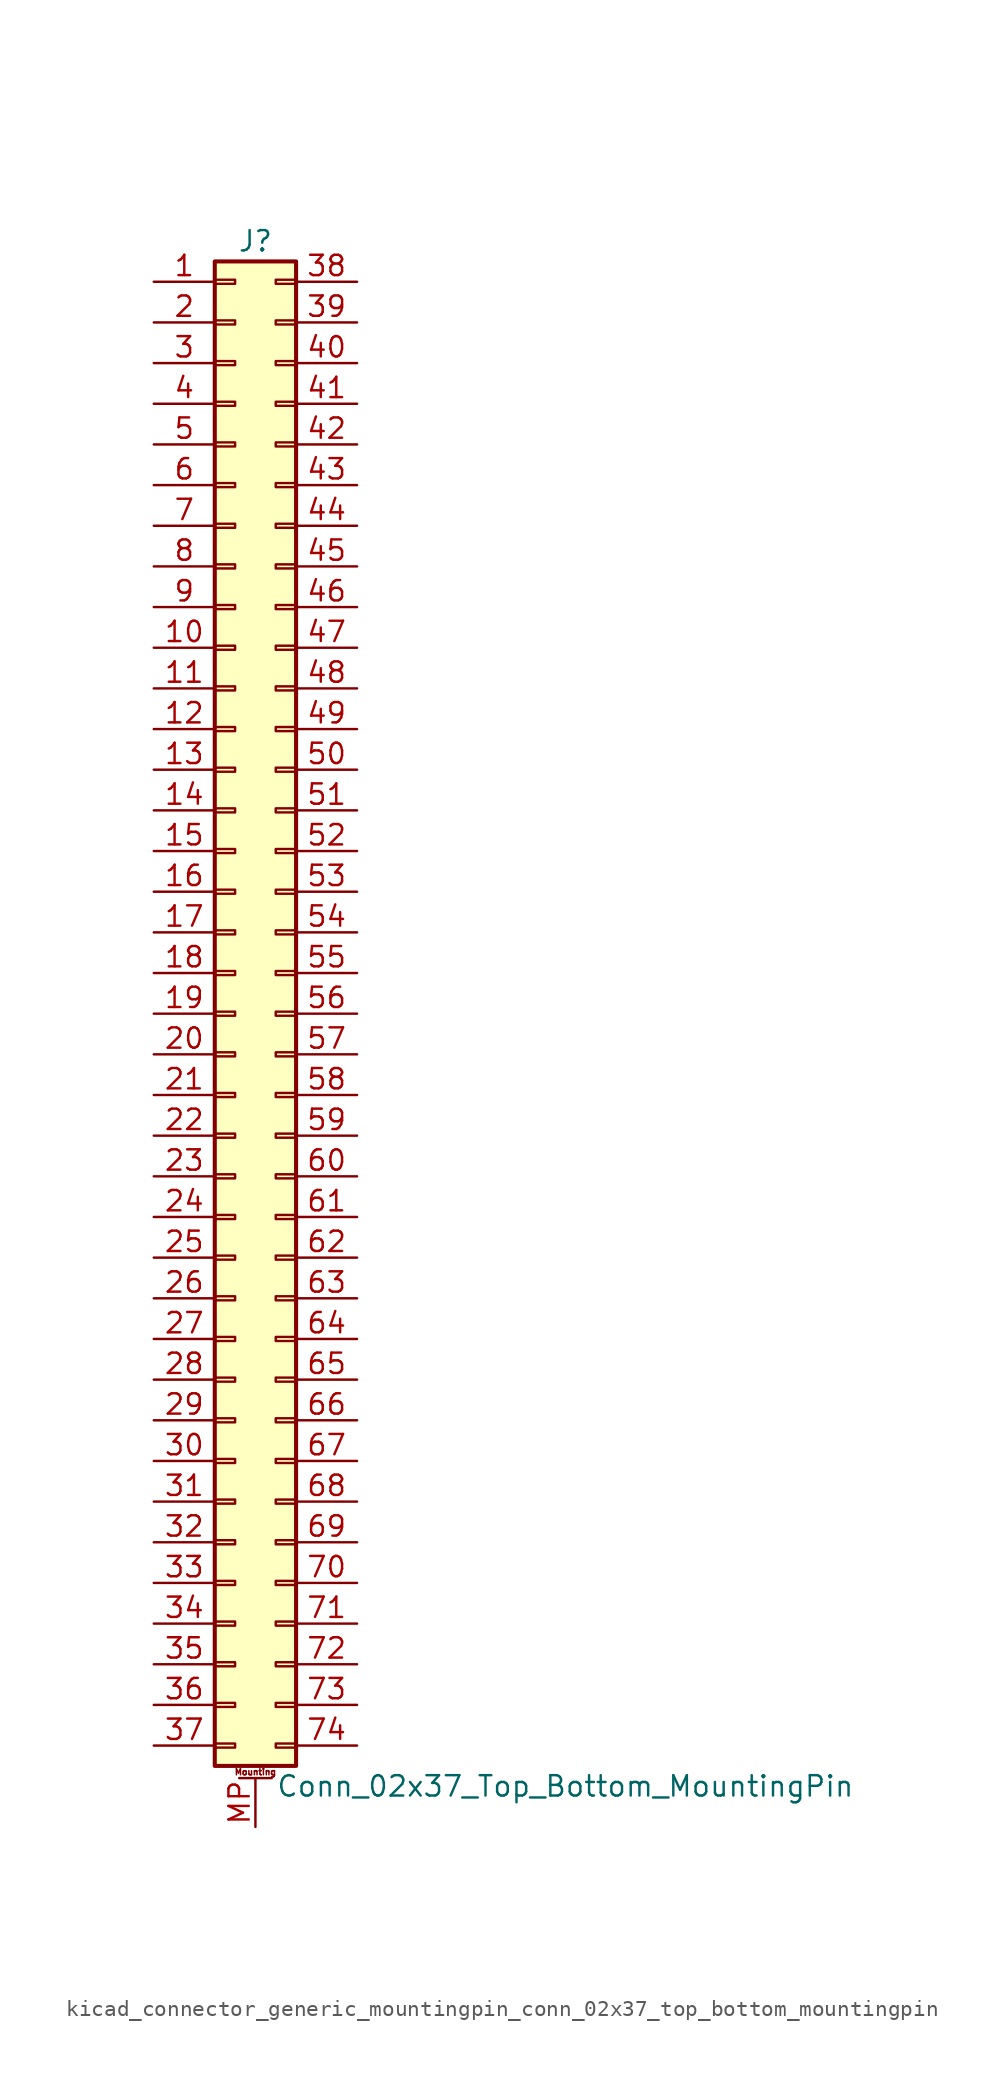
<source format=kicad_sym>
(kicad_symbol_lib
  (version 20220914)
  (generator kicad_symbol_editor)
  (symbol "kicad_connector_generic_mountingpin_conn_02x37_top_bottom_mountingpin"
    (pin_names
      (offset 1.016) hide)
    (property "Reference" "J"
      (at 1.27 48.26 0)
      (effects (font (size 1.27 1.27))))
    (property "Value" "Conn_02x37_Top_Bottom_MountingPin"
      (at 2.54 -48.26 0)
      (effects (font (size 1.27 1.27)) (justify left)))
    (symbol "kicad_connector_generic_mountingpin_conn_02x37_top_bottom_mountingpin_1_1"
      (rectangle (start -1.27 -45.593) (end 0 -45.847) (stroke (width 0.152) (type default)) (fill (type none)))
      (rectangle (start -1.27 -43.053) (end 0 -43.307) (stroke (width 0.152) (type default)) (fill (type none)))
      (rectangle (start -1.27 -40.513) (end 0 -40.767) (stroke (width 0.152) (type default)) (fill (type none)))
      (rectangle (start -1.27 -37.973) (end 0 -38.227) (stroke (width 0.152) (type default)) (fill (type none)))
      (rectangle (start -1.27 -35.433) (end 0 -35.687) (stroke (width 0.152) (type default)) (fill (type none)))
      (rectangle (start -1.27 -32.893) (end 0 -33.147) (stroke (width 0.152) (type default)) (fill (type none)))
      (rectangle (start -1.27 -30.353) (end 0 -30.607) (stroke (width 0.152) (type default)) (fill (type none)))
      (rectangle (start -1.27 -27.813) (end 0 -28.067) (stroke (width 0.152) (type default)) (fill (type none)))
      (rectangle (start -1.27 -25.273) (end 0 -25.527) (stroke (width 0.152) (type default)) (fill (type none)))
      (rectangle (start -1.27 -22.733) (end 0 -22.987) (stroke (width 0.152) (type default)) (fill (type none)))
      (rectangle (start -1.27 -20.193) (end 0 -20.447) (stroke (width 0.152) (type default)) (fill (type none)))
      (rectangle (start -1.27 -17.653) (end 0 -17.907) (stroke (width 0.152) (type default)) (fill (type none)))
      (rectangle (start -1.27 -15.113) (end 0 -15.367) (stroke (width 0.152) (type default)) (fill (type none)))
      (rectangle (start -1.27 -12.573) (end 0 -12.827) (stroke (width 0.152) (type default)) (fill (type none)))
      (rectangle (start -1.27 -10.033) (end 0 -10.287) (stroke (width 0.152) (type default)) (fill (type none)))
      (rectangle (start -1.27 -7.493) (end 0 -7.747) (stroke (width 0.152) (type default)) (fill (type none)))
      (rectangle (start -1.27 -4.953) (end 0 -5.207) (stroke (width 0.152) (type default)) (fill (type none)))
      (rectangle (start -1.27 -2.413) (end 0 -2.667) (stroke (width 0.152) (type default)) (fill (type none)))
      (rectangle (start -1.27 0.127) (end 0 -0.127) (stroke (width 0.152) (type default)) (fill (type none)))
      (rectangle (start -1.27 2.667) (end 0 2.413) (stroke (width 0.152) (type default)) (fill (type none)))
      (rectangle (start -1.27 5.207) (end 0 4.953) (stroke (width 0.152) (type default)) (fill (type none)))
      (rectangle (start -1.27 7.747) (end 0 7.493) (stroke (width 0.152) (type default)) (fill (type none)))
      (rectangle (start -1.27 10.287) (end 0 10.033) (stroke (width 0.152) (type default)) (fill (type none)))
      (rectangle (start -1.27 12.827) (end 0 12.573) (stroke (width 0.152) (type default)) (fill (type none)))
      (rectangle (start -1.27 15.367) (end 0 15.113) (stroke (width 0.152) (type default)) (fill (type none)))
      (rectangle (start -1.27 17.907) (end 0 17.653) (stroke (width 0.152) (type default)) (fill (type none)))
      (rectangle (start -1.27 20.447) (end 0 20.193) (stroke (width 0.152) (type default)) (fill (type none)))
      (rectangle (start -1.27 22.987) (end 0 22.733) (stroke (width 0.152) (type default)) (fill (type none)))
      (rectangle (start -1.27 25.527) (end 0 25.273) (stroke (width 0.152) (type default)) (fill (type none)))
      (rectangle (start -1.27 28.067) (end 0 27.813) (stroke (width 0.152) (type default)) (fill (type none)))
      (rectangle (start -1.27 30.607) (end 0 30.353) (stroke (width 0.152) (type default)) (fill (type none)))
      (rectangle (start -1.27 33.147) (end 0 32.893) (stroke (width 0.152) (type default)) (fill (type none)))
      (rectangle (start -1.27 35.687) (end 0 35.433) (stroke (width 0.152) (type default)) (fill (type none)))
      (rectangle (start -1.27 38.227) (end 0 37.973) (stroke (width 0.152) (type default)) (fill (type none)))
      (rectangle (start -1.27 40.767) (end 0 40.513) (stroke (width 0.152) (type default)) (fill (type none)))
      (rectangle (start -1.27 43.307) (end 0 43.053) (stroke (width 0.152) (type default)) (fill (type none)))
      (rectangle (start -1.27 45.847) (end 0 45.593) (stroke (width 0.152) (type default)) (fill (type none)))
      (rectangle (start -1.27 46.99) (end 3.81 -46.99) (stroke (width 0.254) (type default)) (fill (type background)))
      (polyline (pts (xy 0.254 -47.752) (xy 2.286 -47.752)) (stroke (width 0.152) (type default)) (fill (type none)))
      (rectangle (start 3.81 -45.593) (end 2.54 -45.847) (stroke (width 0.152) (type default)) (fill (type none)))
      (rectangle (start 3.81 -43.053) (end 2.54 -43.307) (stroke (width 0.152) (type default)) (fill (type none)))
      (rectangle (start 3.81 -40.513) (end 2.54 -40.767) (stroke (width 0.152) (type default)) (fill (type none)))
      (rectangle (start 3.81 -37.973) (end 2.54 -38.227) (stroke (width 0.152) (type default)) (fill (type none)))
      (rectangle (start 3.81 -35.433) (end 2.54 -35.687) (stroke (width 0.152) (type default)) (fill (type none)))
      (rectangle (start 3.81 -32.893) (end 2.54 -33.147) (stroke (width 0.152) (type default)) (fill (type none)))
      (rectangle (start 3.81 -30.353) (end 2.54 -30.607) (stroke (width 0.152) (type default)) (fill (type none)))
      (rectangle (start 3.81 -27.813) (end 2.54 -28.067) (stroke (width 0.152) (type default)) (fill (type none)))
      (rectangle (start 3.81 -25.273) (end 2.54 -25.527) (stroke (width 0.152) (type default)) (fill (type none)))
      (rectangle (start 3.81 -22.733) (end 2.54 -22.987) (stroke (width 0.152) (type default)) (fill (type none)))
      (rectangle (start 3.81 -20.193) (end 2.54 -20.447) (stroke (width 0.152) (type default)) (fill (type none)))
      (rectangle (start 3.81 -17.653) (end 2.54 -17.907) (stroke (width 0.152) (type default)) (fill (type none)))
      (rectangle (start 3.81 -15.113) (end 2.54 -15.367) (stroke (width 0.152) (type default)) (fill (type none)))
      (rectangle (start 3.81 -12.573) (end 2.54 -12.827) (stroke (width 0.152) (type default)) (fill (type none)))
      (rectangle (start 3.81 -10.033) (end 2.54 -10.287) (stroke (width 0.152) (type default)) (fill (type none)))
      (rectangle (start 3.81 -7.493) (end 2.54 -7.747) (stroke (width 0.152) (type default)) (fill (type none)))
      (rectangle (start 3.81 -4.953) (end 2.54 -5.207) (stroke (width 0.152) (type default)) (fill (type none)))
      (rectangle (start 3.81 -2.413) (end 2.54 -2.667) (stroke (width 0.152) (type default)) (fill (type none)))
      (rectangle (start 3.81 0.127) (end 2.54 -0.127) (stroke (width 0.152) (type default)) (fill (type none)))
      (rectangle (start 3.81 2.667) (end 2.54 2.413) (stroke (width 0.152) (type default)) (fill (type none)))
      (rectangle (start 3.81 5.207) (end 2.54 4.953) (stroke (width 0.152) (type default)) (fill (type none)))
      (rectangle (start 3.81 7.747) (end 2.54 7.493) (stroke (width 0.152) (type default)) (fill (type none)))
      (rectangle (start 3.81 10.287) (end 2.54 10.033) (stroke (width 0.152) (type default)) (fill (type none)))
      (rectangle (start 3.81 12.827) (end 2.54 12.573) (stroke (width 0.152) (type default)) (fill (type none)))
      (rectangle (start 3.81 15.367) (end 2.54 15.113) (stroke (width 0.152) (type default)) (fill (type none)))
      (rectangle (start 3.81 17.907) (end 2.54 17.653) (stroke (width 0.152) (type default)) (fill (type none)))
      (rectangle (start 3.81 20.447) (end 2.54 20.193) (stroke (width 0.152) (type default)) (fill (type none)))
      (rectangle (start 3.81 22.987) (end 2.54 22.733) (stroke (width 0.152) (type default)) (fill (type none)))
      (rectangle (start 3.81 25.527) (end 2.54 25.273) (stroke (width 0.152) (type default)) (fill (type none)))
      (rectangle (start 3.81 28.067) (end 2.54 27.813) (stroke (width 0.152) (type default)) (fill (type none)))
      (rectangle (start 3.81 30.607) (end 2.54 30.353) (stroke (width 0.152) (type default)) (fill (type none)))
      (rectangle (start 3.81 33.147) (end 2.54 32.893) (stroke (width 0.152) (type default)) (fill (type none)))
      (rectangle (start 3.81 35.687) (end 2.54 35.433) (stroke (width 0.152) (type default)) (fill (type none)))
      (rectangle (start 3.81 38.227) (end 2.54 37.973) (stroke (width 0.152) (type default)) (fill (type none)))
      (rectangle (start 3.81 40.767) (end 2.54 40.513) (stroke (width 0.152) (type default)) (fill (type none)))
      (rectangle (start 3.81 43.307) (end 2.54 43.053) (stroke (width 0.152) (type default)) (fill (type none)))
      (rectangle (start 3.81 45.847) (end 2.54 45.593) (stroke (width 0.152) (type default)) (fill (type none)))
      (text "Mounting" (at 1.27 -47.371 0) (effects (font (size 0.381 0.381))))
      (pin passive line (at -5.08 45.72 0) (length 3.81) (name "Pin_1" (effects (font (size 1.27 1.27)))) (number "1" (effects (font (size 1.27 1.27)))))
      (pin passive line (at -5.08 22.86 0) (length 3.81) (name "Pin_10" (effects (font (size 1.27 1.27)))) (number "10" (effects (font (size 1.27 1.27)))))
      (pin passive line (at -5.08 20.32 0) (length 3.81) (name "Pin_11" (effects (font (size 1.27 1.27)))) (number "11" (effects (font (size 1.27 1.27)))))
      (pin passive line (at -5.08 17.78 0) (length 3.81) (name "Pin_12" (effects (font (size 1.27 1.27)))) (number "12" (effects (font (size 1.27 1.27)))))
      (pin passive line (at -5.08 15.24 0) (length 3.81) (name "Pin_13" (effects (font (size 1.27 1.27)))) (number "13" (effects (font (size 1.27 1.27)))))
      (pin passive line (at -5.08 12.7 0) (length 3.81) (name "Pin_14" (effects (font (size 1.27 1.27)))) (number "14" (effects (font (size 1.27 1.27)))))
      (pin passive line (at -5.08 10.16 0) (length 3.81) (name "Pin_15" (effects (font (size 1.27 1.27)))) (number "15" (effects (font (size 1.27 1.27)))))
      (pin passive line (at -5.08 7.62 0) (length 3.81) (name "Pin_16" (effects (font (size 1.27 1.27)))) (number "16" (effects (font (size 1.27 1.27)))))
      (pin passive line (at -5.08 5.08 0) (length 3.81) (name "Pin_17" (effects (font (size 1.27 1.27)))) (number "17" (effects (font (size 1.27 1.27)))))
      (pin passive line (at -5.08 2.54 0) (length 3.81) (name "Pin_18" (effects (font (size 1.27 1.27)))) (number "18" (effects (font (size 1.27 1.27)))))
      (pin passive line (at -5.08 0 0) (length 3.81) (name "Pin_19" (effects (font (size 1.27 1.27)))) (number "19" (effects (font (size 1.27 1.27)))))
      (pin passive line (at -5.08 43.18 0) (length 3.81) (name "Pin_2" (effects (font (size 1.27 1.27)))) (number "2" (effects (font (size 1.27 1.27)))))
      (pin passive line (at -5.08 -2.54 0) (length 3.81) (name "Pin_20" (effects (font (size 1.27 1.27)))) (number "20" (effects (font (size 1.27 1.27)))))
      (pin passive line (at -5.08 -5.08 0) (length 3.81) (name "Pin_21" (effects (font (size 1.27 1.27)))) (number "21" (effects (font (size 1.27 1.27)))))
      (pin passive line (at -5.08 -7.62 0) (length 3.81) (name "Pin_22" (effects (font (size 1.27 1.27)))) (number "22" (effects (font (size 1.27 1.27)))))
      (pin passive line (at -5.08 -10.16 0) (length 3.81) (name "Pin_23" (effects (font (size 1.27 1.27)))) (number "23" (effects (font (size 1.27 1.27)))))
      (pin passive line (at -5.08 -12.7 0) (length 3.81) (name "Pin_24" (effects (font (size 1.27 1.27)))) (number "24" (effects (font (size 1.27 1.27)))))
      (pin passive line (at -5.08 -15.24 0) (length 3.81) (name "Pin_25" (effects (font (size 1.27 1.27)))) (number "25" (effects (font (size 1.27 1.27)))))
      (pin passive line (at -5.08 -17.78 0) (length 3.81) (name "Pin_26" (effects (font (size 1.27 1.27)))) (number "26" (effects (font (size 1.27 1.27)))))
      (pin passive line (at -5.08 -20.32 0) (length 3.81) (name "Pin_27" (effects (font (size 1.27 1.27)))) (number "27" (effects (font (size 1.27 1.27)))))
      (pin passive line (at -5.08 -22.86 0) (length 3.81) (name "Pin_28" (effects (font (size 1.27 1.27)))) (number "28" (effects (font (size 1.27 1.27)))))
      (pin passive line (at -5.08 -25.4 0) (length 3.81) (name "Pin_29" (effects (font (size 1.27 1.27)))) (number "29" (effects (font (size 1.27 1.27)))))
      (pin passive line (at -5.08 40.64 0) (length 3.81) (name "Pin_3" (effects (font (size 1.27 1.27)))) (number "3" (effects (font (size 1.27 1.27)))))
      (pin passive line (at -5.08 -27.94 0) (length 3.81) (name "Pin_30" (effects (font (size 1.27 1.27)))) (number "30" (effects (font (size 1.27 1.27)))))
      (pin passive line (at -5.08 -30.48 0) (length 3.81) (name "Pin_31" (effects (font (size 1.27 1.27)))) (number "31" (effects (font (size 1.27 1.27)))))
      (pin passive line (at -5.08 -33.02 0) (length 3.81) (name "Pin_32" (effects (font (size 1.27 1.27)))) (number "32" (effects (font (size 1.27 1.27)))))
      (pin passive line (at -5.08 -35.56 0) (length 3.81) (name "Pin_33" (effects (font (size 1.27 1.27)))) (number "33" (effects (font (size 1.27 1.27)))))
      (pin passive line (at -5.08 -38.1 0) (length 3.81) (name "Pin_34" (effects (font (size 1.27 1.27)))) (number "34" (effects (font (size 1.27 1.27)))))
      (pin passive line (at -5.08 -40.64 0) (length 3.81) (name "Pin_35" (effects (font (size 1.27 1.27)))) (number "35" (effects (font (size 1.27 1.27)))))
      (pin passive line (at -5.08 -43.18 0) (length 3.81) (name "Pin_36" (effects (font (size 1.27 1.27)))) (number "36" (effects (font (size 1.27 1.27)))))
      (pin passive line (at -5.08 -45.72 0) (length 3.81) (name "Pin_37" (effects (font (size 1.27 1.27)))) (number "37" (effects (font (size 1.27 1.27)))))
      (pin passive line (at 7.62 45.72 180) (length 3.81) (name "Pin_38" (effects (font (size 1.27 1.27)))) (number "38" (effects (font (size 1.27 1.27)))))
      (pin passive line (at 7.62 43.18 180) (length 3.81) (name "Pin_39" (effects (font (size 1.27 1.27)))) (number "39" (effects (font (size 1.27 1.27)))))
      (pin passive line (at -5.08 38.1 0) (length 3.81) (name "Pin_4" (effects (font (size 1.27 1.27)))) (number "4" (effects (font (size 1.27 1.27)))))
      (pin passive line (at 7.62 40.64 180) (length 3.81) (name "Pin_40" (effects (font (size 1.27 1.27)))) (number "40" (effects (font (size 1.27 1.27)))))
      (pin passive line (at 7.62 38.1 180) (length 3.81) (name "Pin_41" (effects (font (size 1.27 1.27)))) (number "41" (effects (font (size 1.27 1.27)))))
      (pin passive line (at 7.62 35.56 180) (length 3.81) (name "Pin_42" (effects (font (size 1.27 1.27)))) (number "42" (effects (font (size 1.27 1.27)))))
      (pin passive line (at 7.62 33.02 180) (length 3.81) (name "Pin_43" (effects (font (size 1.27 1.27)))) (number "43" (effects (font (size 1.27 1.27)))))
      (pin passive line (at 7.62 30.48 180) (length 3.81) (name "Pin_44" (effects (font (size 1.27 1.27)))) (number "44" (effects (font (size 1.27 1.27)))))
      (pin passive line (at 7.62 27.94 180) (length 3.81) (name "Pin_45" (effects (font (size 1.27 1.27)))) (number "45" (effects (font (size 1.27 1.27)))))
      (pin passive line (at 7.62 25.4 180) (length 3.81) (name "Pin_46" (effects (font (size 1.27 1.27)))) (number "46" (effects (font (size 1.27 1.27)))))
      (pin passive line (at 7.62 22.86 180) (length 3.81) (name "Pin_47" (effects (font (size 1.27 1.27)))) (number "47" (effects (font (size 1.27 1.27)))))
      (pin passive line (at 7.62 20.32 180) (length 3.81) (name "Pin_48" (effects (font (size 1.27 1.27)))) (number "48" (effects (font (size 1.27 1.27)))))
      (pin passive line (at 7.62 17.78 180) (length 3.81) (name "Pin_49" (effects (font (size 1.27 1.27)))) (number "49" (effects (font (size 1.27 1.27)))))
      (pin passive line (at -5.08 35.56 0) (length 3.81) (name "Pin_5" (effects (font (size 1.27 1.27)))) (number "5" (effects (font (size 1.27 1.27)))))
      (pin passive line (at 7.62 15.24 180) (length 3.81) (name "Pin_50" (effects (font (size 1.27 1.27)))) (number "50" (effects (font (size 1.27 1.27)))))
      (pin passive line (at 7.62 12.7 180) (length 3.81) (name "Pin_51" (effects (font (size 1.27 1.27)))) (number "51" (effects (font (size 1.27 1.27)))))
      (pin passive line (at 7.62 10.16 180) (length 3.81) (name "Pin_52" (effects (font (size 1.27 1.27)))) (number "52" (effects (font (size 1.27 1.27)))))
      (pin passive line (at 7.62 7.62 180) (length 3.81) (name "Pin_53" (effects (font (size 1.27 1.27)))) (number "53" (effects (font (size 1.27 1.27)))))
      (pin passive line (at 7.62 5.08 180) (length 3.81) (name "Pin_54" (effects (font (size 1.27 1.27)))) (number "54" (effects (font (size 1.27 1.27)))))
      (pin passive line (at 7.62 2.54 180) (length 3.81) (name "Pin_55" (effects (font (size 1.27 1.27)))) (number "55" (effects (font (size 1.27 1.27)))))
      (pin passive line (at 7.62 0 180) (length 3.81) (name "Pin_56" (effects (font (size 1.27 1.27)))) (number "56" (effects (font (size 1.27 1.27)))))
      (pin passive line (at 7.62 -2.54 180) (length 3.81) (name "Pin_57" (effects (font (size 1.27 1.27)))) (number "57" (effects (font (size 1.27 1.27)))))
      (pin passive line (at 7.62 -5.08 180) (length 3.81) (name "Pin_58" (effects (font (size 1.27 1.27)))) (number "58" (effects (font (size 1.27 1.27)))))
      (pin passive line (at 7.62 -7.62 180) (length 3.81) (name "Pin_59" (effects (font (size 1.27 1.27)))) (number "59" (effects (font (size 1.27 1.27)))))
      (pin passive line (at -5.08 33.02 0) (length 3.81) (name "Pin_6" (effects (font (size 1.27 1.27)))) (number "6" (effects (font (size 1.27 1.27)))))
      (pin passive line (at 7.62 -10.16 180) (length 3.81) (name "Pin_60" (effects (font (size 1.27 1.27)))) (number "60" (effects (font (size 1.27 1.27)))))
      (pin passive line (at 7.62 -12.7 180) (length 3.81) (name "Pin_61" (effects (font (size 1.27 1.27)))) (number "61" (effects (font (size 1.27 1.27)))))
      (pin passive line (at 7.62 -15.24 180) (length 3.81) (name "Pin_62" (effects (font (size 1.27 1.27)))) (number "62" (effects (font (size 1.27 1.27)))))
      (pin passive line (at 7.62 -17.78 180) (length 3.81) (name "Pin_63" (effects (font (size 1.27 1.27)))) (number "63" (effects (font (size 1.27 1.27)))))
      (pin passive line (at 7.62 -20.32 180) (length 3.81) (name "Pin_64" (effects (font (size 1.27 1.27)))) (number "64" (effects (font (size 1.27 1.27)))))
      (pin passive line (at 7.62 -22.86 180) (length 3.81) (name "Pin_65" (effects (font (size 1.27 1.27)))) (number "65" (effects (font (size 1.27 1.27)))))
      (pin passive line (at 7.62 -25.4 180) (length 3.81) (name "Pin_66" (effects (font (size 1.27 1.27)))) (number "66" (effects (font (size 1.27 1.27)))))
      (pin passive line (at 7.62 -27.94 180) (length 3.81) (name "Pin_67" (effects (font (size 1.27 1.27)))) (number "67" (effects (font (size 1.27 1.27)))))
      (pin passive line (at 7.62 -30.48 180) (length 3.81) (name "Pin_68" (effects (font (size 1.27 1.27)))) (number "68" (effects (font (size 1.27 1.27)))))
      (pin passive line (at 7.62 -33.02 180) (length 3.81) (name "Pin_69" (effects (font (size 1.27 1.27)))) (number "69" (effects (font (size 1.27 1.27)))))
      (pin passive line (at -5.08 30.48 0) (length 3.81) (name "Pin_7" (effects (font (size 1.27 1.27)))) (number "7" (effects (font (size 1.27 1.27)))))
      (pin passive line (at 7.62 -35.56 180) (length 3.81) (name "Pin_70" (effects (font (size 1.27 1.27)))) (number "70" (effects (font (size 1.27 1.27)))))
      (pin passive line (at 7.62 -38.1 180) (length 3.81) (name "Pin_71" (effects (font (size 1.27 1.27)))) (number "71" (effects (font (size 1.27 1.27)))))
      (pin passive line (at 7.62 -40.64 180) (length 3.81) (name "Pin_72" (effects (font (size 1.27 1.27)))) (number "72" (effects (font (size 1.27 1.27)))))
      (pin passive line (at 7.62 -43.18 180) (length 3.81) (name "Pin_73" (effects (font (size 1.27 1.27)))) (number "73" (effects (font (size 1.27 1.27)))))
      (pin passive line (at 7.62 -45.72 180) (length 3.81) (name "Pin_74" (effects (font (size 1.27 1.27)))) (number "74" (effects (font (size 1.27 1.27)))))
      (pin passive line (at -5.08 27.94 0) (length 3.81) (name "Pin_8" (effects (font (size 1.27 1.27)))) (number "8" (effects (font (size 1.27 1.27)))))
      (pin passive line (at -5.08 25.4 0) (length 3.81) (name "Pin_9" (effects (font (size 1.27 1.27)))) (number "9" (effects (font (size 1.27 1.27)))))
      (pin passive line (at 1.27 -50.8 90) (length 3.048) (name "MountPin" (effects (font (size 1.27 1.27)))) (number "MP" (effects (font (size 1.27 1.27))))))))
</source>
